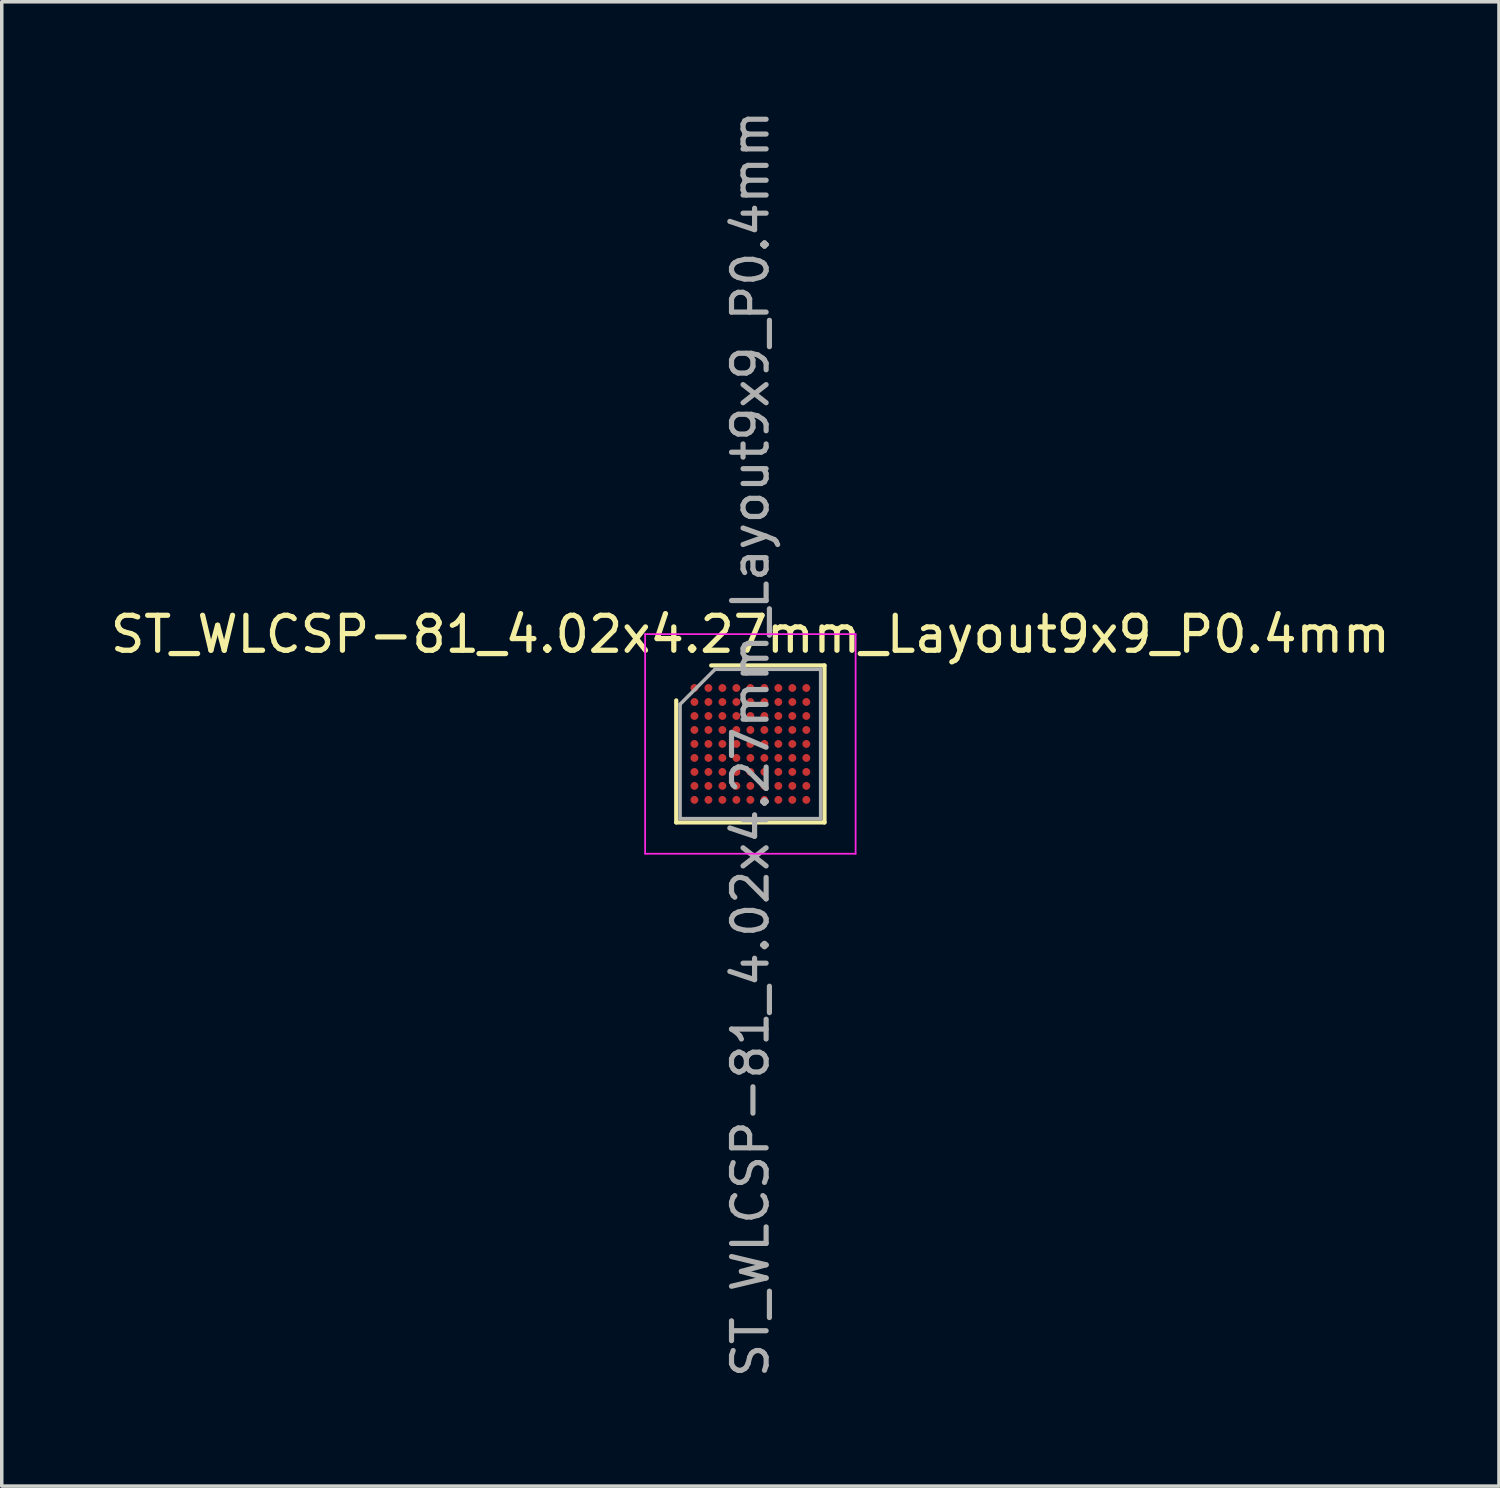
<source format=kicad_pcb>
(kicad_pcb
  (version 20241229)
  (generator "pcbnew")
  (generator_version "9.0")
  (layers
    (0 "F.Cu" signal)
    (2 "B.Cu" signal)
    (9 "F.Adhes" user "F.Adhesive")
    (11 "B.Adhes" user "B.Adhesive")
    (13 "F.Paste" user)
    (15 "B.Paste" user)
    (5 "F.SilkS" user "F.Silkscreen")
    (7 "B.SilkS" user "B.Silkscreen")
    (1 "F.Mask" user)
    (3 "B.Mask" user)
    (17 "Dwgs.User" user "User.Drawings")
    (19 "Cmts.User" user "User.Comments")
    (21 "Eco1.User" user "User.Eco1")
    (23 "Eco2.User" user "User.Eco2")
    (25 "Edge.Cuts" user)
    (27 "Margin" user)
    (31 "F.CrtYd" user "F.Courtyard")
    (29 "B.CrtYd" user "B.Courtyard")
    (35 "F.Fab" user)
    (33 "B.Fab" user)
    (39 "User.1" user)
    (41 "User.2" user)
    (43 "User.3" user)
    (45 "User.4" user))
  (footprint "ST_WLCSP-81_4.02x4.27mm_Layout9x9_P0.4mm"
    (layer "F.Cu")
    (at 18.411 18.227)
    (property "Reference" "ST_WLCSP-81_4.02x4.27mm_Layout9x9_P0.4mm" (at 0 -3.135 0) (layer "F.SilkS") (effects (font (size 1 1) (thickness 0.15))))
    (attr smd)
    (fp_line (start -2.12 2.245) (end -2.12 -1.245) (stroke (width 0.12) (type solid)) (layer "F.SilkS"))
    (fp_line (start -1.12 -2.245) (end 2.12 -2.245) (stroke (width 0.12) (type solid)) (layer "F.SilkS"))
    (fp_line (start 2.12 -2.245) (end 2.12 2.245) (stroke (width 0.12) (type solid)) (layer "F.SilkS"))
    (fp_line (start 2.12 2.245) (end -2.12 2.245) (stroke (width 0.12) (type solid)) (layer "F.SilkS"))
    (fp_line (start -3.01 -3.14) (end -3.01 3.14) (stroke (width 0.05) (type solid)) (layer "F.CrtYd"))
    (fp_line (start -3.01 3.14) (end 3.01 3.14) (stroke (width 0.05) (type solid)) (layer "F.CrtYd"))
    (fp_line (start 3.01 -3.14) (end -3.01 -3.14) (stroke (width 0.05) (type solid)) (layer "F.CrtYd"))
    (fp_line (start 3.01 3.14) (end 3.01 -3.14) (stroke (width 0.05) (type solid)) (layer "F.CrtYd"))
    (fp_line (start -2.01 -1.135) (end -1.01 -2.135) (stroke (width 0.1) (type solid)) (layer "F.Fab"))
    (fp_line (start -2.01 2.135) (end -2.01 -1.135) (stroke (width 0.1) (type solid)) (layer "F.Fab"))
    (fp_line (start -1.01 -2.135) (end 2.01 -2.135) (stroke (width 0.1) (type solid)) (layer "F.Fab"))
    (fp_line (start 2.01 -2.135) (end 2.01 2.135) (stroke (width 0.1) (type solid)) (layer "F.Fab"))
    (fp_line (start 2.01 2.135) (end -2.01 2.135) (stroke (width 0.1) (type solid)) (layer "F.Fab"))
    (fp_text user "${REFERENCE}" (at 0 0 270) (layer "F.Fab") (effects (font (size 0.99 0.99) (thickness 0.148))))
    (pad "A1" smd circle (at -1.6 -1.6) (size 0.225 0.225) (layers "F.Cu" "F.Mask" "F.Paste"))
    (pad "A2" smd circle (at -1.2 -1.6) (size 0.225 0.225) (layers "F.Cu" "F.Mask" "F.Paste"))
    (pad "A3" smd circle (at -0.8 -1.6) (size 0.225 0.225) (layers "F.Cu" "F.Mask" "F.Paste"))
    (pad "A4" smd circle (at -0.4 -1.6) (size 0.225 0.225) (layers "F.Cu" "F.Mask" "F.Paste"))
    (pad "A5" smd circle (at 0 -1.6) (size 0.225 0.225) (layers "F.Cu" "F.Mask" "F.Paste"))
    (pad "A6" smd circle (at 0.4 -1.6) (size 0.225 0.225) (layers "F.Cu" "F.Mask" "F.Paste"))
    (pad "A7" smd circle (at 0.8 -1.6) (size 0.225 0.225) (layers "F.Cu" "F.Mask" "F.Paste"))
    (pad "A8" smd circle (at 1.2 -1.6) (size 0.225 0.225) (layers "F.Cu" "F.Mask" "F.Paste"))
    (pad "A9" smd circle (at 1.6 -1.6) (size 0.225 0.225) (layers "F.Cu" "F.Mask" "F.Paste"))
    (pad "B1" smd circle (at -1.6 -1.2) (size 0.225 0.225) (layers "F.Cu" "F.Mask" "F.Paste"))
    (pad "B2" smd circle (at -1.2 -1.2) (size 0.225 0.225) (layers "F.Cu" "F.Mask" "F.Paste"))
    (pad "B3" smd circle (at -0.8 -1.2) (size 0.225 0.225) (layers "F.Cu" "F.Mask" "F.Paste"))
    (pad "B4" smd circle (at -0.4 -1.2) (size 0.225 0.225) (layers "F.Cu" "F.Mask" "F.Paste"))
    (pad "B5" smd circle (at 0 -1.2) (size 0.225 0.225) (layers "F.Cu" "F.Mask" "F.Paste"))
    (pad "B6" smd circle (at 0.4 -1.2) (size 0.225 0.225) (layers "F.Cu" "F.Mask" "F.Paste"))
    (pad "B7" smd circle (at 0.8 -1.2) (size 0.225 0.225) (layers "F.Cu" "F.Mask" "F.Paste"))
    (pad "B8" smd circle (at 1.2 -1.2) (size 0.225 0.225) (layers "F.Cu" "F.Mask" "F.Paste"))
    (pad "B9" smd circle (at 1.6 -1.2) (size 0.225 0.225) (layers "F.Cu" "F.Mask" "F.Paste"))
    (pad "C1" smd circle (at -1.6 -0.8) (size 0.225 0.225) (layers "F.Cu" "F.Mask" "F.Paste"))
    (pad "C2" smd circle (at -1.2 -0.8) (size 0.225 0.225) (layers "F.Cu" "F.Mask" "F.Paste"))
    (pad "C3" smd circle (at -0.8 -0.8) (size 0.225 0.225) (layers "F.Cu" "F.Mask" "F.Paste"))
    (pad "C4" smd circle (at -0.4 -0.8) (size 0.225 0.225) (layers "F.Cu" "F.Mask" "F.Paste"))
    (pad "C5" smd circle (at 0 -0.8) (size 0.225 0.225) (layers "F.Cu" "F.Mask" "F.Paste"))
    (pad "C6" smd circle (at 0.4 -0.8) (size 0.225 0.225) (layers "F.Cu" "F.Mask" "F.Paste"))
    (pad "C7" smd circle (at 0.8 -0.8) (size 0.225 0.225) (layers "F.Cu" "F.Mask" "F.Paste"))
    (pad "C8" smd circle (at 1.2 -0.8) (size 0.225 0.225) (layers "F.Cu" "F.Mask" "F.Paste"))
    (pad "C9" smd circle (at 1.6 -0.8) (size 0.225 0.225) (layers "F.Cu" "F.Mask" "F.Paste"))
    (pad "D1" smd circle (at -1.6 -0.4) (size 0.225 0.225) (layers "F.Cu" "F.Mask" "F.Paste"))
    (pad "D2" smd circle (at -1.2 -0.4) (size 0.225 0.225) (layers "F.Cu" "F.Mask" "F.Paste"))
    (pad "D3" smd circle (at -0.8 -0.4) (size 0.225 0.225) (layers "F.Cu" "F.Mask" "F.Paste"))
    (pad "D4" smd circle (at -0.4 -0.4) (size 0.225 0.225) (layers "F.Cu" "F.Mask" "F.Paste"))
    (pad "D5" smd circle (at 0 -0.4) (size 0.225 0.225) (layers "F.Cu" "F.Mask" "F.Paste"))
    (pad "D6" smd circle (at 0.4 -0.4) (size 0.225 0.225) (layers "F.Cu" "F.Mask" "F.Paste"))
    (pad "D7" smd circle (at 0.8 -0.4) (size 0.225 0.225) (layers "F.Cu" "F.Mask" "F.Paste"))
    (pad "D8" smd circle (at 1.2 -0.4) (size 0.225 0.225) (layers "F.Cu" "F.Mask" "F.Paste"))
    (pad "D9" smd circle (at 1.6 -0.4) (size 0.225 0.225) (layers "F.Cu" "F.Mask" "F.Paste"))
    (pad "E1" smd circle (at -1.6 0) (size 0.225 0.225) (layers "F.Cu" "F.Mask" "F.Paste"))
    (pad "E2" smd circle (at -1.2 0) (size 0.225 0.225) (layers "F.Cu" "F.Mask" "F.Paste"))
    (pad "E3" smd circle (at -0.8 0) (size 0.225 0.225) (layers "F.Cu" "F.Mask" "F.Paste"))
    (pad "E4" smd circle (at -0.4 0) (size 0.225 0.225) (layers "F.Cu" "F.Mask" "F.Paste"))
    (pad "E5" smd circle (at 0 0) (size 0.225 0.225) (layers "F.Cu" "F.Mask" "F.Paste"))
    (pad "E6" smd circle (at 0.4 0) (size 0.225 0.225) (layers "F.Cu" "F.Mask" "F.Paste"))
    (pad "E7" smd circle (at 0.8 0) (size 0.225 0.225) (layers "F.Cu" "F.Mask" "F.Paste"))
    (pad "E8" smd circle (at 1.2 0) (size 0.225 0.225) (layers "F.Cu" "F.Mask" "F.Paste"))
    (pad "E9" smd circle (at 1.6 0) (size 0.225 0.225) (layers "F.Cu" "F.Mask" "F.Paste"))
    (pad "F1" smd circle (at -1.6 0.4) (size 0.225 0.225) (layers "F.Cu" "F.Mask" "F.Paste"))
    (pad "F2" smd circle (at -1.2 0.4) (size 0.225 0.225) (layers "F.Cu" "F.Mask" "F.Paste"))
    (pad "F3" smd circle (at -0.8 0.4) (size 0.225 0.225) (layers "F.Cu" "F.Mask" "F.Paste"))
    (pad "F4" smd circle (at -0.4 0.4) (size 0.225 0.225) (layers "F.Cu" "F.Mask" "F.Paste"))
    (pad "F5" smd circle (at 0 0.4) (size 0.225 0.225) (layers "F.Cu" "F.Mask" "F.Paste"))
    (pad "F6" smd circle (at 0.4 0.4) (size 0.225 0.225) (layers "F.Cu" "F.Mask" "F.Paste"))
    (pad "F7" smd circle (at 0.8 0.4) (size 0.225 0.225) (layers "F.Cu" "F.Mask" "F.Paste"))
    (pad "F8" smd circle (at 1.2 0.4) (size 0.225 0.225) (layers "F.Cu" "F.Mask" "F.Paste"))
    (pad "F9" smd circle (at 1.6 0.4) (size 0.225 0.225) (layers "F.Cu" "F.Mask" "F.Paste"))
    (pad "G1" smd circle (at -1.6 0.8) (size 0.225 0.225) (layers "F.Cu" "F.Mask" "F.Paste"))
    (pad "G2" smd circle (at -1.2 0.8) (size 0.225 0.225) (layers "F.Cu" "F.Mask" "F.Paste"))
    (pad "G3" smd circle (at -0.8 0.8) (size 0.225 0.225) (layers "F.Cu" "F.Mask" "F.Paste"))
    (pad "G4" smd circle (at -0.4 0.8) (size 0.225 0.225) (layers "F.Cu" "F.Mask" "F.Paste"))
    (pad "G5" smd circle (at 0 0.8) (size 0.225 0.225) (layers "F.Cu" "F.Mask" "F.Paste"))
    (pad "G6" smd circle (at 0.4 0.8) (size 0.225 0.225) (layers "F.Cu" "F.Mask" "F.Paste"))
    (pad "G7" smd circle (at 0.8 0.8) (size 0.225 0.225) (layers "F.Cu" "F.Mask" "F.Paste"))
    (pad "G8" smd circle (at 1.2 0.8) (size 0.225 0.225) (layers "F.Cu" "F.Mask" "F.Paste"))
    (pad "G9" smd circle (at 1.6 0.8) (size 0.225 0.225) (layers "F.Cu" "F.Mask" "F.Paste"))
    (pad "H1" smd circle (at -1.6 1.2) (size 0.225 0.225) (layers "F.Cu" "F.Mask" "F.Paste"))
    (pad "H2" smd circle (at -1.2 1.2) (size 0.225 0.225) (layers "F.Cu" "F.Mask" "F.Paste"))
    (pad "H3" smd circle (at -0.8 1.2) (size 0.225 0.225) (layers "F.Cu" "F.Mask" "F.Paste"))
    (pad "H4" smd circle (at -0.4 1.2) (size 0.225 0.225) (layers "F.Cu" "F.Mask" "F.Paste"))
    (pad "H5" smd circle (at 0 1.2) (size 0.225 0.225) (layers "F.Cu" "F.Mask" "F.Paste"))
    (pad "H6" smd circle (at 0.4 1.2) (size 0.225 0.225) (layers "F.Cu" "F.Mask" "F.Paste"))
    (pad "H7" smd circle (at 0.8 1.2) (size 0.225 0.225) (layers "F.Cu" "F.Mask" "F.Paste"))
    (pad "H8" smd circle (at 1.2 1.2) (size 0.225 0.225) (layers "F.Cu" "F.Mask" "F.Paste"))
    (pad "H9" smd circle (at 1.6 1.2) (size 0.225 0.225) (layers "F.Cu" "F.Mask" "F.Paste"))
    (pad "J1" smd circle (at -1.6 1.6) (size 0.225 0.225) (layers "F.Cu" "F.Mask" "F.Paste"))
    (pad "J2" smd circle (at -1.2 1.6) (size 0.225 0.225) (layers "F.Cu" "F.Mask" "F.Paste"))
    (pad "J3" smd circle (at -0.8 1.6) (size 0.225 0.225) (layers "F.Cu" "F.Mask" "F.Paste"))
    (pad "J4" smd circle (at -0.4 1.6) (size 0.225 0.225) (layers "F.Cu" "F.Mask" "F.Paste"))
    (pad "J5" smd circle (at 0 1.6) (size 0.225 0.225) (layers "F.Cu" "F.Mask" "F.Paste"))
    (pad "J6" smd circle (at 0.4 1.6) (size 0.225 0.225) (layers "F.Cu" "F.Mask" "F.Paste"))
    (pad "J7" smd circle (at 0.8 1.6) (size 0.225 0.225) (layers "F.Cu" "F.Mask" "F.Paste"))
    (pad "J8" smd circle (at 1.2 1.6) (size 0.225 0.225) (layers "F.Cu" "F.Mask" "F.Paste"))
    (pad "J9" smd circle (at 1.6 1.6) (size 0.225 0.225) (layers "F.Cu" "F.Mask" "F.Paste")))
  (gr_rect
    (start -3 -3)
    (end 39.821 39.453)
    (stroke (width 0.1) (type default))
    (fill no)
    (layer "Edge.Cuts")))
</source>
